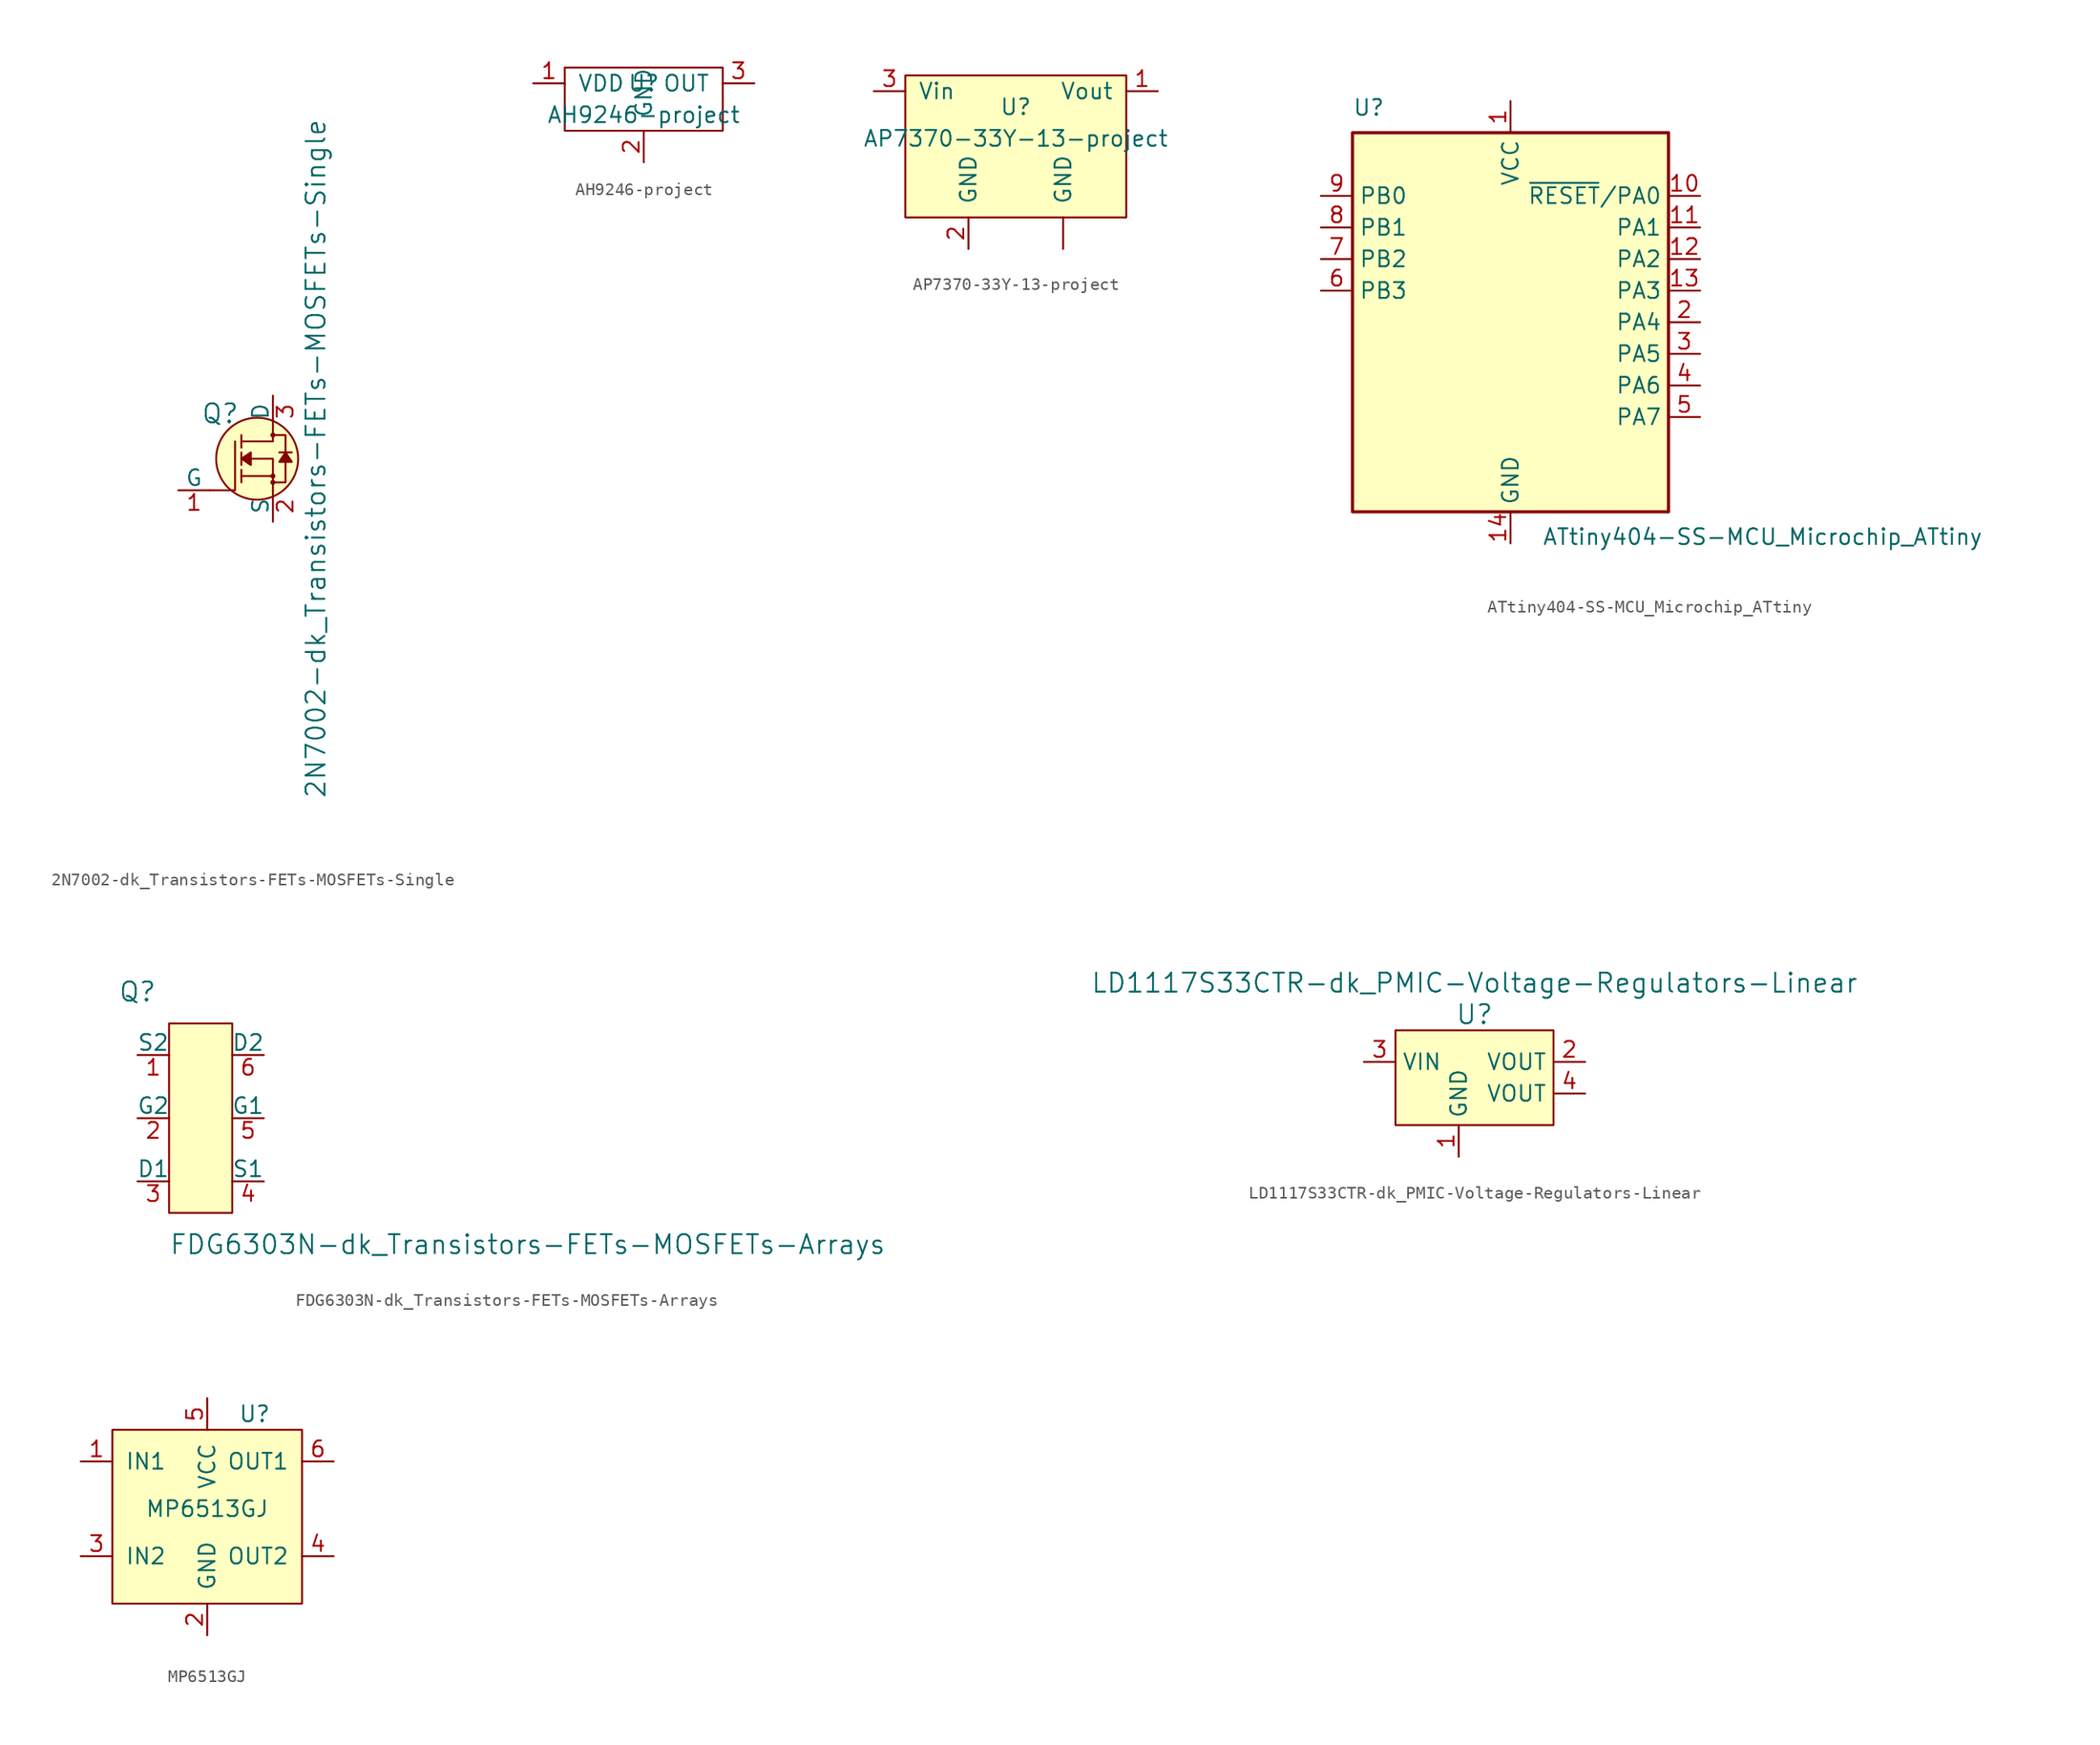
<source format=kicad_sym>
(kicad_symbol_lib
  (version 20241209)
  (generator "kicad_symbol_editor")
  (generator_version "9.0")
  (symbol "2N7002-dk_Transistors-FETs-MOSFETs-Single"
    (pin_names
      (offset 0))
    (property "Reference" "Q"
      (at -2.692 3.632 0)
      (effects (font (size 1.524 1.524)) (justify right)))
    (property "Value" "2N7002-dk_Transistors-FETs-MOSFETs-Single"
      (at 3.454 0 90)
      (effects (font (size 1.524 1.524))))
    (symbol "2N7002-dk_Transistors-FETs-MOSFETs-Single_0_1"
      (polyline (pts (xy -5.08 -2.54) (xy -3.048 -2.54) (xy -3.048 1.397)) (stroke (width 0) (type solid)) (fill (type none)))
      (circle (center -1.27 0) (radius 3.302) (stroke (width 0) (type solid)) (fill (type background)))
      (polyline (pts (xy -0.127 -1.905) (xy 1.016 -1.905) (xy 1.016 1.397) (xy 1.016 1.905) (xy -0.127 1.905)) (stroke (width 0) (type solid)) (fill (type none)))
      (polyline (pts (xy 0 2.54) (xy 0 1.397) (xy -2.54 1.397)) (stroke (width 0) (type solid)) (fill (type none)))
      (circle (center 0 1.905) (radius 0.127) (stroke (width 0) (type solid)) (fill (type none)))
      (polyline (pts (xy 0 -1.397) (xy -2.54 -1.397)) (stroke (width 0) (type solid)) (fill (type none)))
      (circle (center 0 -1.397) (radius 0.127) (stroke (width 0) (type solid)) (fill (type none)))
      (circle (center 0 -1.905) (radius 0.127) (stroke (width 0) (type solid)) (fill (type none)))
      (polyline (pts (xy 0 -2.54) (xy 0 0) (xy -2.54 0)) (stroke (width 0) (type solid)) (fill (type none))))
    (symbol "2N7002-dk_Transistors-FETs-MOSFETs-Single_1_1"
      (polyline (pts (xy -2.54 1.905) (xy -2.54 0.889)) (stroke (width 0) (type solid)) (fill (type none)))
      (polyline (pts (xy -2.54 0) (xy -2.54 0.508)) (stroke (width 0) (type solid)) (fill (type none)))
      (polyline (pts (xy -2.54 0) (xy -2.54 -0.508)) (stroke (width 0) (type solid)) (fill (type none)))
      (polyline (pts (xy -2.54 0) (xy -1.778 0.508) (xy -1.778 -0.508) (xy -2.54 0)) (stroke (width 0) (type solid)) (fill (type outline)))
      (polyline (pts (xy -2.54 -1.397) (xy -2.54 -0.889)) (stroke (width 0) (type solid)) (fill (type none)))
      (polyline (pts (xy -2.54 -1.397) (xy -2.54 -1.905)) (stroke (width 0) (type solid)) (fill (type none)))
      (polyline (pts (xy 1.016 0.508) (xy 0.508 -0.254) (xy 1.524 -0.254) (xy 1.016 0.508)) (stroke (width 0) (type solid)) (fill (type outline)))
      (polyline (pts (xy 1.524 0.508) (xy 0.508 0.508)) (stroke (width 0) (type solid)) (fill (type none)))
      (pin bidirectional line (at -7.62 -2.54 0) (length 2.54) (name "G" (effects (font (size 1.27 1.27)))) (number "1" (effects (font (size 1.27 1.27)))))
      (pin bidirectional line (at 0 5.08 270) (length 2.54) (name "D" (effects (font (size 1.27 1.27)))) (number "3" (effects (font (size 1.27 1.27)))))
      (pin passive line (at 0 -5.08 90) (length 2.54) (name "S" (effects (font (size 1.27 1.27)))) (number "2" (effects (font (size 1.27 1.27)))))))
  (symbol "AH9246-project"
    (pin_names
      (offset 1.016))
    (property "Reference" "U"
      (at 0 1.27 0)
      (effects (font (size 1.27 1.27))))
    (property "Value" "AH9246-project"
      (at 0 -1.27 0)
      (effects (font (size 1.27 1.27))))
    (symbol "AH9246-project_0_1"
      (rectangle (start -6.35 2.54) (end 6.35 -2.54) (stroke (width 0) (type solid)) (fill (type none))))
    (symbol "AH9246-project_1_1"
      (pin power_in line (at -8.89 1.27 0) (length 2.54) (name "VDD" (effects (font (size 1.27 1.27)))) (number "1" (effects (font (size 1.27 1.27)))))
      (pin power_in line (at 0 -5.08 90) (length 2.54) (name "GND" (effects (font (size 1.27 1.27)))) (number "2" (effects (font (size 1.27 1.27)))))
      (pin output line (at 8.89 1.27 180) (length 2.54) (name "OUT" (effects (font (size 1.27 1.27)))) (number "3" (effects (font (size 1.27 1.27)))))))
  (symbol "AP7370-33Y-13-project"
    (pin_names
      (offset 1.016))
    (property "Reference" "U"
      (at 0 1.27 0)
      (effects (font (size 1.27 1.27))))
    (property "Value" "AP7370-33Y-13-project"
      (at 0 -1.27 0)
      (effects (font (size 1.27 1.27))))
    (symbol "AP7370-33Y-13-project_0_1"
      (rectangle (start -8.89 3.81) (end 8.89 -7.62) (stroke (width 0) (type solid)) (fill (type background))))
    (symbol "AP7370-33Y-13-project_1_1"
      (pin power_in line (at -11.43 2.54 0) (length 2.54) (name "Vin" (effects (font (size 1.27 1.27)))) (number "3" (effects (font (size 1.27 1.27)))))
      (pin power_in line (at -3.81 -10.16 90) (length 2.54) (name "GND" (effects (font (size 1.27 1.27)))) (number "2" (effects (font (size 1.27 1.27)))))
      (pin power_in line (at 3.81 -10.16 90) (length 2.54) (name "GND" (effects (font (size 1.27 1.27)))) (number "~" (effects (font (size 1.27 1.27)))))
      (pin power_out line (at 11.43 2.54 180) (length 2.54) (name "Vout" (effects (font (size 1.27 1.27)))) (number "1" (effects (font (size 1.27 1.27)))))))
  (symbol "ATtiny404-SS-MCU_Microchip_ATtiny"
    (property "Reference" "U"
      (at -12.7 16.51 0)
      (effects (font (size 1.27 1.27)) (justify left bottom)))
    (property "Value" "ATtiny404-SS-MCU_Microchip_ATtiny"
      (at 2.54 -16.51 0)
      (effects (font (size 1.27 1.27)) (justify left top)))
    (symbol "ATtiny404-SS-MCU_Microchip_ATtiny_0_1"
      (rectangle (start -12.7 -15.24) (end 12.7 15.24) (stroke (width 0.254) (type solid)) (fill (type background))))
    (symbol "ATtiny404-SS-MCU_Microchip_ATtiny_1_1"
      (pin bidirectional line (at -15.24 10.16 0) (length 2.54) (name "PB0" (effects (font (size 1.27 1.27)))) (number "9" (effects (font (size 1.27 1.27)))))
      (pin bidirectional line (at -15.24 7.62 0) (length 2.54) (name "PB1" (effects (font (size 1.27 1.27)))) (number "8" (effects (font (size 1.27 1.27)))))
      (pin bidirectional line (at -15.24 5.08 0) (length 2.54) (name "PB2" (effects (font (size 1.27 1.27)))) (number "7" (effects (font (size 1.27 1.27)))))
      (pin bidirectional line (at -15.24 2.54 0) (length 2.54) (name "PB3" (effects (font (size 1.27 1.27)))) (number "6" (effects (font (size 1.27 1.27)))))
      (pin power_in line (at 0 17.78 270) (length 2.54) (name "VCC" (effects (font (size 1.27 1.27)))) (number "1" (effects (font (size 1.27 1.27)))))
      (pin power_out line (at 0 -17.78 90) (length 2.54) (name "GND" (effects (font (size 1.27 1.27)))) (number "14" (effects (font (size 1.27 1.27)))))
      (pin bidirectional line (at 15.24 10.16 180) (length 2.54) (name "~{RESET}/PA0" (effects (font (size 1.27 1.27)))) (number "10" (effects (font (size 1.27 1.27)))))
      (pin bidirectional line (at 15.24 7.62 180) (length 2.54) (name "PA1" (effects (font (size 1.27 1.27)))) (number "11" (effects (font (size 1.27 1.27)))))
      (pin bidirectional line (at 15.24 5.08 180) (length 2.54) (name "PA2" (effects (font (size 1.27 1.27)))) (number "12" (effects (font (size 1.27 1.27)))))
      (pin bidirectional line (at 15.24 2.54 180) (length 2.54) (name "PA3" (effects (font (size 1.27 1.27)))) (number "13" (effects (font (size 1.27 1.27)))))
      (pin bidirectional line (at 15.24 0 180) (length 2.54) (name "PA4" (effects (font (size 1.27 1.27)))) (number "2" (effects (font (size 1.27 1.27)))))
      (pin bidirectional line (at 15.24 -2.54 180) (length 2.54) (name "PA5" (effects (font (size 1.27 1.27)))) (number "3" (effects (font (size 1.27 1.27)))))
      (pin bidirectional line (at 15.24 -5.08 180) (length 2.54) (name "PA6" (effects (font (size 1.27 1.27)))) (number "4" (effects (font (size 1.27 1.27)))))
      (pin bidirectional line (at 15.24 -7.62 180) (length 2.54) (name "PA7" (effects (font (size 1.27 1.27)))) (number "5" (effects (font (size 1.27 1.27)))))))
  (symbol "FDG6303N-dk_Transistors-FETs-MOSFETs-Arrays"
    (pin_names
      (offset 0))
    (property "Reference" "Q"
      (at -5.08 10.16 0)
      (effects (font (size 1.524 1.524))))
    (property "Value" "FDG6303N-dk_Transistors-FETs-MOSFETs-Arrays"
      (at -2.54 -10.16 0)
      (effects (font (size 1.524 1.524)) (justify left)))
    (symbol "FDG6303N-dk_Transistors-FETs-MOSFETs-Arrays_0_1"
      (rectangle (start -2.54 7.62) (end 2.54 -7.62) (stroke (width 0) (type solid)) (fill (type background))))
    (symbol "FDG6303N-dk_Transistors-FETs-MOSFETs-Arrays_1_1"
      (pin input line (at -5.08 5.08 0) (length 2.54) (name "S2" (effects (font (size 1.27 1.27)))) (number "1" (effects (font (size 1.27 1.27)))))
      (pin input line (at -5.08 0 0) (length 2.54) (name "G2" (effects (font (size 1.27 1.27)))) (number "2" (effects (font (size 1.27 1.27)))))
      (pin output line (at -5.08 -5.08 0) (length 2.54) (name "D1" (effects (font (size 1.27 1.27)))) (number "3" (effects (font (size 1.27 1.27)))))
      (pin output line (at 5.08 5.08 180) (length 2.54) (name "D2" (effects (font (size 1.27 1.27)))) (number "6" (effects (font (size 1.27 1.27)))))
      (pin input line (at 5.08 0 180) (length 2.54) (name "G1" (effects (font (size 1.27 1.27)))) (number "5" (effects (font (size 1.27 1.27)))))
      (pin input line (at 5.08 -5.08 180) (length 2.54) (name "S1" (effects (font (size 1.27 1.27)))) (number "4" (effects (font (size 1.27 1.27)))))))
  (symbol "LD1117S33CTR-dk_PMIC-Voltage-Regulators-Linear"
    (property "Reference" "U"
      (at 1.27 3.81 0)
      (effects (font (size 1.524 1.524))))
    (property "Value" "LD1117S33CTR-dk_PMIC-Voltage-Regulators-Linear"
      (at 1.27 6.35 0)
      (effects (font (size 1.524 1.524))))
    (symbol "LD1117S33CTR-dk_PMIC-Voltage-Regulators-Linear_1_1"
      (rectangle (start -5.08 2.54) (end 7.62 -5.08) (stroke (width 0) (type solid)) (fill (type background)))
      (pin power_in line (at -7.62 0 0) (length 2.54) (name "VIN" (effects (font (size 1.27 1.27)))) (number "3" (effects (font (size 1.27 1.27)))))
      (pin power_in line (at 0 -7.62 90) (length 2.54) (name "GND" (effects (font (size 1.27 1.27)))) (number "1" (effects (font (size 1.27 1.27)))))
      (pin power_out line (at 10.16 0 180) (length 2.54) (name "VOUT" (effects (font (size 1.27 1.27)))) (number "2" (effects (font (size 1.27 1.27)))))
      (pin power_out line (at 10.16 -2.54 180) (length 2.54) (name "VOUT" (effects (font (size 1.27 1.27)))) (number "4" (effects (font (size 1.27 1.27)))))))
  (symbol "MP6513GJ"
    (pin_names
      (offset 1.016))
    (property "Reference" "U"
      (at 3.81 6.35 0)
      (effects (font (size 1.27 1.27))))
    (property "Value" "MP6513GJ"
      (at 0 -1.27 0)
      (effects (font (size 1.27 1.27))))
    (symbol "MP6513GJ_0_1"
      (rectangle (start -7.62 5.08) (end 7.62 -8.89) (stroke (width 0) (type solid)) (fill (type background))))
    (symbol "MP6513GJ_1_1"
      (pin input line (at -10.16 2.54 0) (length 2.54) (name "IN1" (effects (font (size 1.27 1.27)))) (number "1" (effects (font (size 1.27 1.27)))))
      (pin input line (at -10.16 -5.08 0) (length 2.54) (name "IN2" (effects (font (size 1.27 1.27)))) (number "3" (effects (font (size 1.27 1.27)))))
      (pin input line (at 0 7.62 270) (length 2.54) (name "VCC" (effects (font (size 1.27 1.27)))) (number "5" (effects (font (size 1.27 1.27)))))
      (pin power_in line (at 0 -11.43 90) (length 2.54) (name "GND" (effects (font (size 1.27 1.27)))) (number "2" (effects (font (size 1.27 1.27)))))
      (pin output line (at 10.16 2.54 180) (length 2.54) (name "OUT1" (effects (font (size 1.27 1.27)))) (number "6" (effects (font (size 1.27 1.27)))))
      (pin output line (at 10.16 -5.08 180) (length 2.54) (name "OUT2" (effects (font (size 1.27 1.27)))) (number "4" (effects (font (size 1.27 1.27))))))))
</source>
